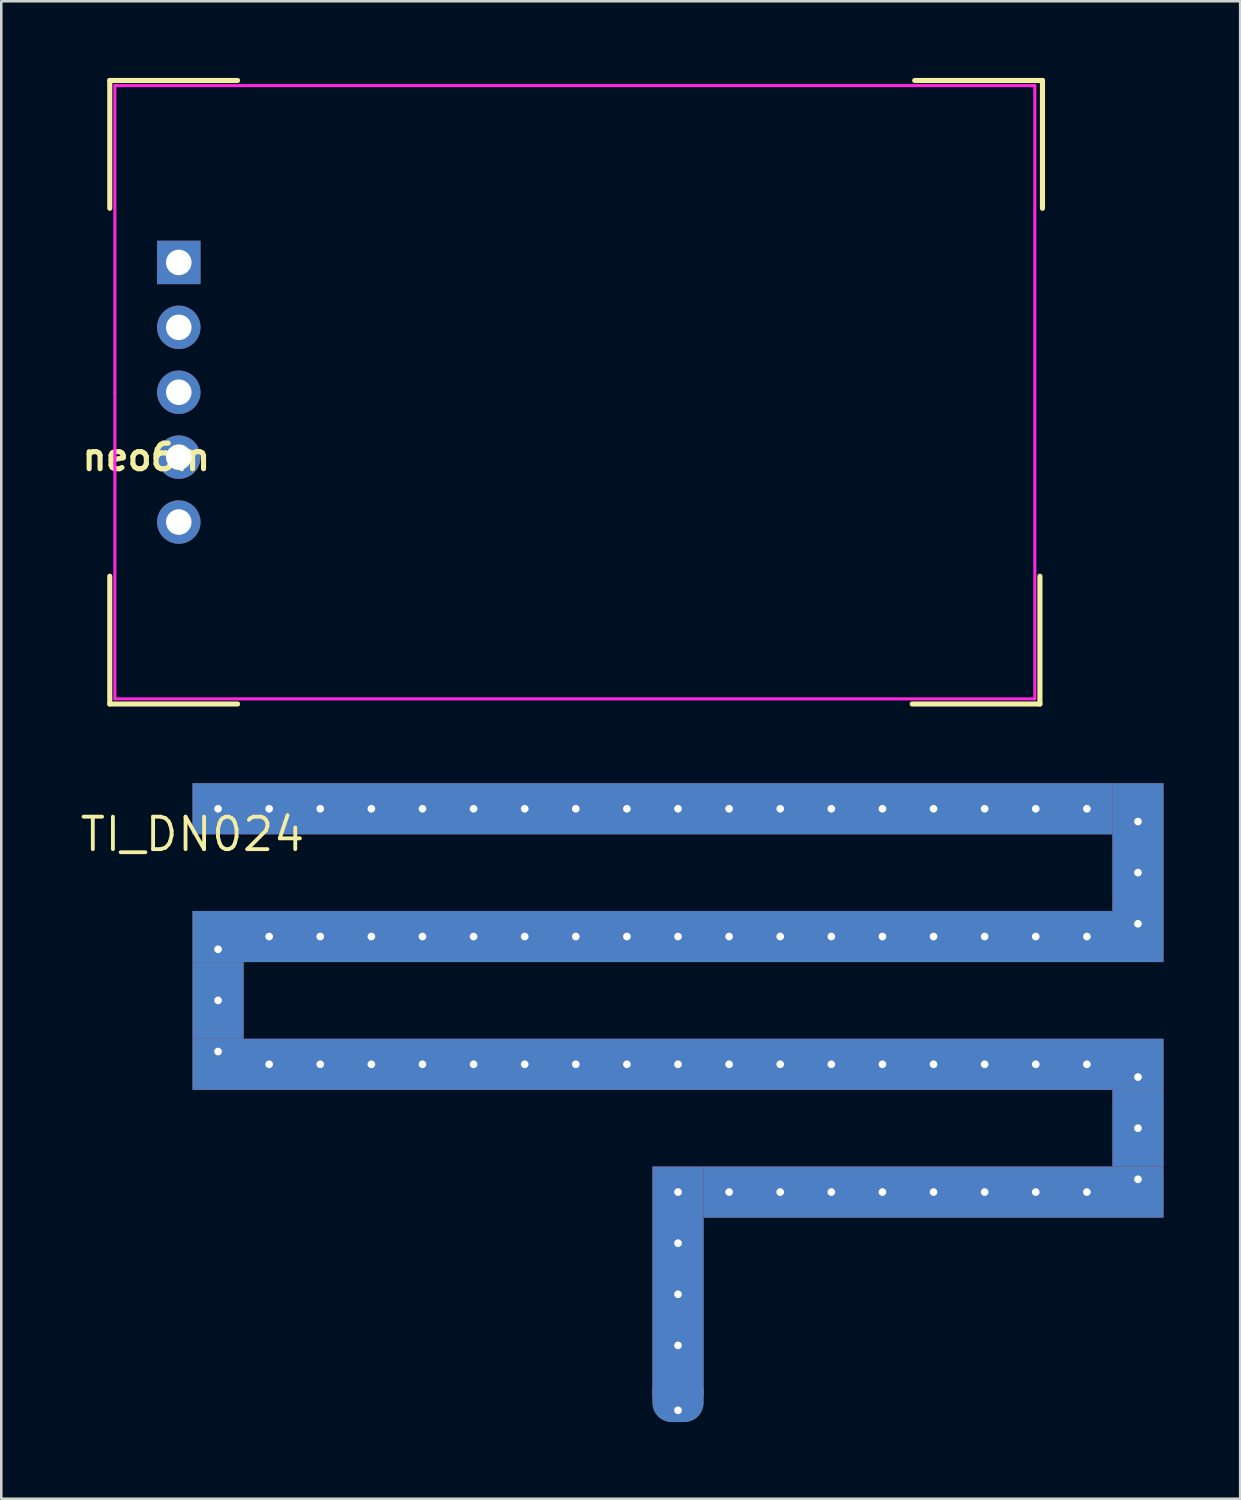
<source format=kicad_pcb>
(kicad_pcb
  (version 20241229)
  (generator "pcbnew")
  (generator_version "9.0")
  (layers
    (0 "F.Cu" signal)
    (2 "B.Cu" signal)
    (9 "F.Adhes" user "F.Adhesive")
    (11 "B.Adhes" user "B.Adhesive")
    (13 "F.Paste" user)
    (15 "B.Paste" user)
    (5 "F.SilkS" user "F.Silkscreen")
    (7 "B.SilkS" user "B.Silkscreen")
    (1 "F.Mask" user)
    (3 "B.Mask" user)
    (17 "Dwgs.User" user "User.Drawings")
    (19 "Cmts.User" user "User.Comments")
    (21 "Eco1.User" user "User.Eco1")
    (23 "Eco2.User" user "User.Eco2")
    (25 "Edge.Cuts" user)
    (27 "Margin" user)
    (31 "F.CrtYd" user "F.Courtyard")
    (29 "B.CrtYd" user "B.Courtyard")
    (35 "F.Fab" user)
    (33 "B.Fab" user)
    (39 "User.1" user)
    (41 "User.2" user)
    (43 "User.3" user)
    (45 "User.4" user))
  (footprint "TI_DN024"
    (layer "F.Cu")
    (at 4.483 29.6)
    (property "Reference" "TI_DN024" (at 0 0 180) (layer "F.SilkS") (effects (font (size 1.27 1.27) (thickness 0.15))))
    (attr through_hole)
    (fp_poly (pts (xy 0 0) (xy 36 0) (xy 36 -2) (xy 0 -2)) (stroke (width 0) (type solid)) (fill yes) (layer "F.Cu"))
    (fp_poly (pts (xy 0 5) (xy 38 5) (xy 38 3) (xy 0 3)) (stroke (width 0) (type solid)) (fill yes) (layer "F.Cu"))
    (fp_poly (pts (xy 0 8) (xy 2 8) (xy 2 5) (xy 0 5)) (stroke (width 0) (type solid)) (fill yes) (layer "F.Cu"))
    (fp_poly (pts (xy 0 10) (xy 38 10) (xy 38 8) (xy 0 8)) (stroke (width 0) (type solid)) (fill yes) (layer "F.Cu"))
    (fp_poly (pts (xy 18 22) (xy 20 22) (xy 20 13) (xy 18 13)) (stroke (width 0) (type solid)) (fill yes) (layer "F.Cu"))
    (fp_poly (pts (xy 20 15) (xy 38 15) (xy 38 13) (xy 20 13)) (stroke (width 0) (type solid)) (fill yes) (layer "F.Cu"))
    (fp_poly (pts (xy 36 3) (xy 38 3) (xy 38 -2) (xy 36 -2)) (stroke (width 0) (type solid)) (fill yes) (layer "F.Cu"))
    (fp_poly (pts (xy 36 13) (xy 38 13) (xy 38 10) (xy 36 10)) (stroke (width 0) (type solid)) (fill yes) (layer "F.Cu"))
    (fp_poly (pts (xy 0 0) (xy 36 0) (xy 36 -2) (xy 0 -2)) (stroke (width 0) (type solid)) (fill yes) (layer "B.Cu"))
    (fp_poly (pts (xy 0 5) (xy 38 5) (xy 38 3) (xy 0 3)) (stroke (width 0) (type solid)) (fill yes) (layer "B.Cu"))
    (fp_poly (pts (xy 0 8) (xy 2 8) (xy 2 5) (xy 0 5)) (stroke (width 0) (type solid)) (fill yes) (layer "B.Cu"))
    (fp_poly (pts (xy 0 10) (xy 38 10) (xy 38 8) (xy 0 8)) (stroke (width 0) (type solid)) (fill yes) (layer "B.Cu"))
    (fp_poly (pts (xy 18 22) (xy 20 22) (xy 20 13) (xy 18 13)) (stroke (width 0) (type solid)) (fill yes) (layer "B.Cu"))
    (fp_poly (pts (xy 20 15) (xy 38 15) (xy 38 13) (xy 20 13)) (stroke (width 0) (type solid)) (fill yes) (layer "B.Cu"))
    (fp_poly (pts (xy 36 3) (xy 38 3) (xy 38 -2) (xy 36 -2)) (stroke (width 0) (type solid)) (fill yes) (layer "B.Cu"))
    (fp_poly (pts (xy 36 13) (xy 38 13) (xy 38 10) (xy 36 10)) (stroke (width 0) (type solid)) (fill yes) (layer "B.Cu"))
    (pad "1" smd roundrect (at 19 22) (size 2 2) (layers "F.Cu") (roundrect_rratio 0.375))
    (pad "1" thru_hole rect (at 19 22.54) (size 0.808 0.808) (drill 0.3) (layers "*.Cu"))
    (pad "2" smd roundrect (at 19 22) (size 2 2) (layers "B.Cu") (roundrect_rratio 0.375))
    (pad "P$3" thru_hole rect (at 1 -1) (size 0.808 0.808) (drill 0.3) (layers "*.Cu"))
    (pad "P$4" thru_hole rect (at 3 -1) (size 0.808 0.808) (drill 0.3) (layers "*.Cu"))
    (pad "P$5" thru_hole rect (at 5 -1) (size 0.808 0.808) (drill 0.3) (layers "*.Cu"))
    (pad "P$6" thru_hole rect (at 7 -1) (size 0.808 0.808) (drill 0.3) (layers "*.Cu"))
    (pad "P$7" thru_hole rect (at 9 -1) (size 0.808 0.808) (drill 0.3) (layers "*.Cu"))
    (pad "P$8" thru_hole rect (at 11 -1) (size 0.808 0.808) (drill 0.3) (layers "*.Cu"))
    (pad "P$9" thru_hole rect (at 13 -1) (size 0.808 0.808) (drill 0.3) (layers "*.Cu"))
    (pad "P$10" thru_hole rect (at 15 -1) (size 0.808 0.808) (drill 0.3) (layers "*.Cu"))
    (pad "P$11" thru_hole rect (at 17 -1) (size 0.808 0.808) (drill 0.3) (layers "*.Cu"))
    (pad "P$12" thru_hole rect (at 19 -1) (size 0.808 0.808) (drill 0.3) (layers "*.Cu"))
    (pad "P$13" thru_hole rect (at 21 -1) (size 0.808 0.808) (drill 0.3) (layers "*.Cu"))
    (pad "P$14" thru_hole rect (at 23 -1) (size 0.808 0.808) (drill 0.3) (layers "*.Cu"))
    (pad "P$15" thru_hole rect (at 25 -1) (size 0.808 0.808) (drill 0.3) (layers "*.Cu"))
    (pad "P$16" thru_hole rect (at 27 -1) (size 0.808 0.808) (drill 0.3) (layers "*.Cu"))
    (pad "P$17" thru_hole rect (at 29 -1) (size 0.808 0.808) (drill 0.3) (layers "*.Cu"))
    (pad "P$18" thru_hole rect (at 31 -1) (size 0.808 0.808) (drill 0.3) (layers "*.Cu"))
    (pad "P$19" thru_hole rect (at 33 -1) (size 0.808 0.808) (drill 0.3) (layers "*.Cu"))
    (pad "P$20" thru_hole rect (at 35 -1) (size 0.808 0.808) (drill 0.3) (layers "*.Cu"))
    (pad "P$21" thru_hole rect (at 37 -0.5) (size 0.808 0.808) (drill 0.3) (layers "*.Cu"))
    (pad "P$22" thru_hole rect (at 37 1.5) (size 0.808 0.808) (drill 0.3) (layers "*.Cu"))
    (pad "P$23" thru_hole rect (at 35 4) (size 0.808 0.808) (drill 0.3) (layers "*.Cu"))
    (pad "P$24" thru_hole rect (at 33 4) (size 0.808 0.808) (drill 0.3) (layers "*.Cu"))
    (pad "P$25" thru_hole rect (at 37 3.5) (size 0.808 0.808) (drill 0.3) (layers "*.Cu"))
    (pad "P$26" thru_hole rect (at 31 4) (size 0.808 0.808) (drill 0.3) (layers "*.Cu"))
    (pad "P$27" thru_hole rect (at 29 4) (size 0.808 0.808) (drill 0.3) (layers "*.Cu"))
    (pad "P$28" thru_hole rect (at 27 4) (size 0.808 0.808) (drill 0.3) (layers "*.Cu"))
    (pad "P$29" thru_hole rect (at 25 4) (size 0.808 0.808) (drill 0.3) (layers "*.Cu"))
    (pad "P$30" thru_hole rect (at 23 4) (size 0.808 0.808) (drill 0.3) (layers "*.Cu"))
    (pad "P$31" thru_hole rect (at 21 4) (size 0.808 0.808) (drill 0.3) (layers "*.Cu"))
    (pad "P$32" thru_hole rect (at 19 4) (size 0.808 0.808) (drill 0.3) (layers "*.Cu"))
    (pad "P$33" thru_hole rect (at 17 4) (size 0.808 0.808) (drill 0.3) (layers "*.Cu"))
    (pad "P$34" thru_hole rect (at 15 4) (size 0.808 0.808) (drill 0.3) (layers "*.Cu"))
    (pad "P$35" thru_hole rect (at 13 4) (size 0.808 0.808) (drill 0.3) (layers "*.Cu"))
    (pad "P$36" thru_hole rect (at 11 4) (size 0.808 0.808) (drill 0.3) (layers "*.Cu"))
    (pad "P$37" thru_hole rect (at 9 4) (size 0.808 0.808) (drill 0.3) (layers "*.Cu"))
    (pad "P$38" thru_hole rect (at 7 4) (size 0.808 0.808) (drill 0.3) (layers "*.Cu"))
    (pad "P$39" thru_hole rect (at 5 4) (size 0.808 0.808) (drill 0.3) (layers "*.Cu"))
    (pad "P$40" thru_hole rect (at 3 4) (size 0.808 0.808) (drill 0.3) (layers "*.Cu"))
    (pad "P$41" thru_hole rect (at 1 4.5) (size 0.808 0.808) (drill 0.3) (layers "*.Cu"))
    (pad "P$42" thru_hole rect (at 1 6.5) (size 0.808 0.808) (drill 0.3) (layers "*.Cu"))
    (pad "P$43" thru_hole rect (at 1 8.5) (size 0.808 0.808) (drill 0.3) (layers "*.Cu"))
    (pad "P$44" thru_hole rect (at 3 9) (size 0.808 0.808) (drill 0.3) (layers "*.Cu"))
    (pad "P$45" thru_hole rect (at 5 9) (size 0.808 0.808) (drill 0.3) (layers "*.Cu"))
    (pad "P$46" thru_hole rect (at 7 9) (size 0.808 0.808) (drill 0.3) (layers "*.Cu"))
    (pad "P$47" thru_hole rect (at 9 9) (size 0.808 0.808) (drill 0.3) (layers "*.Cu"))
    (pad "P$48" thru_hole rect (at 11 9) (size 0.808 0.808) (drill 0.3) (layers "*.Cu"))
    (pad "P$49" thru_hole rect (at 13 9) (size 0.808 0.808) (drill 0.3) (layers "*.Cu"))
    (pad "P$50" thru_hole rect (at 15 9) (size 0.808 0.808) (drill 0.3) (layers "*.Cu"))
    (pad "P$51" thru_hole rect (at 17 9) (size 0.808 0.808) (drill 0.3) (layers "*.Cu"))
    (pad "P$52" thru_hole rect (at 19 9) (size 0.808 0.808) (drill 0.3) (layers "*.Cu"))
    (pad "P$53" thru_hole rect (at 21 9) (size 0.808 0.808) (drill 0.3) (layers "*.Cu"))
    (pad "P$54" thru_hole rect (at 23 9) (size 0.808 0.808) (drill 0.3) (layers "*.Cu"))
    (pad "P$55" thru_hole rect (at 25 9) (size 0.808 0.808) (drill 0.3) (layers "*.Cu"))
    (pad "P$56" thru_hole rect (at 27 9) (size 0.808 0.808) (drill 0.3) (layers "*.Cu"))
    (pad "P$57" thru_hole rect (at 29 9) (size 0.808 0.808) (drill 0.3) (layers "*.Cu"))
    (pad "P$58" thru_hole rect (at 31 9) (size 0.808 0.808) (drill 0.3) (layers "*.Cu"))
    (pad "P$59" thru_hole rect (at 33 9) (size 0.808 0.808) (drill 0.3) (layers "*.Cu"))
    (pad "P$60" thru_hole rect (at 35 9) (size 0.808 0.808) (drill 0.3) (layers "*.Cu"))
    (pad "P$61" thru_hole rect (at 37 9.5) (size 0.808 0.808) (drill 0.3) (layers "*.Cu"))
    (pad "P$62" thru_hole rect (at 37 11.5) (size 0.808 0.808) (drill 0.3) (layers "*.Cu"))
    (pad "P$63" thru_hole rect (at 37 13.5) (size 0.808 0.808) (drill 0.3) (layers "*.Cu"))
    (pad "P$64" thru_hole rect (at 35 14) (size 0.808 0.808) (drill 0.3) (layers "*.Cu"))
    (pad "P$65" thru_hole rect (at 33 14) (size 0.808 0.808) (drill 0.3) (layers "*.Cu"))
    (pad "P$66" thru_hole rect (at 31 14) (size 0.808 0.808) (drill 0.3) (layers "*.Cu"))
    (pad "P$67" thru_hole rect (at 29 14) (size 0.808 0.808) (drill 0.3) (layers "*.Cu"))
    (pad "P$68" thru_hole rect (at 27 14) (size 0.808 0.808) (drill 0.3) (layers "*.Cu"))
    (pad "P$69" thru_hole rect (at 25 14) (size 0.808 0.808) (drill 0.3) (layers "*.Cu"))
    (pad "P$70" thru_hole rect (at 23 14) (size 0.808 0.808) (drill 0.3) (layers "*.Cu"))
    (pad "P$71" thru_hole rect (at 21 14) (size 0.808 0.808) (drill 0.3) (layers "*.Cu"))
    (pad "P$72" thru_hole rect (at 19 14) (size 0.808 0.808) (drill 0.3) (layers "*.Cu"))
    (pad "P$73" thru_hole rect (at 19 16) (size 0.808 0.808) (drill 0.3) (layers "*.Cu"))
    (pad "P$74" thru_hole rect (at 19 18) (size 0.808 0.808) (drill 0.3) (layers "*.Cu"))
    (pad "P$75" thru_hole rect (at 19 20) (size 0.808 0.808) (drill 0.3) (layers "*.Cu")))
  (footprint "neo6m"
    (layer "F.Cu")
    (at 3.946 12.3)
    (property "Reference" "neo6m" (at -1.27 2.54 0) (layer "F.SilkS") (effects (font (size 1 1) (thickness 0.2))))
    (attr through_hole)
    (fp_line (start -2.7 -12.2) (end -2.7 -7.2) (stroke (width 0.2) (type solid)) (layer "F.SilkS"))
    (fp_line (start -2.7 -12.2) (end 2.3 -12.2) (stroke (width 0.2) (type solid)) (layer "F.SilkS"))
    (fp_line (start -2.7 12.2) (end -2.7 7.2) (stroke (width 0.2) (type solid)) (layer "F.SilkS"))
    (fp_line (start -2.7 12.2) (end 2.3 12.2) (stroke (width 0.2) (type solid)) (layer "F.SilkS"))
    (fp_line (start 33.7 12.2) (end 28.7 12.2) (stroke (width 0.2) (type solid)) (layer "F.SilkS"))
    (fp_line (start 33.7 12.2) (end 33.7 7.2) (stroke (width 0.2) (type solid)) (layer "F.SilkS"))
    (fp_line (start 33.8 -12.2) (end 28.8 -12.2) (stroke (width 0.2) (type solid)) (layer "F.SilkS"))
    (fp_line (start 33.8 -12.2) (end 33.8 -7.2) (stroke (width 0.2) (type solid)) (layer "F.SilkS"))
    (fp_line (start -2.5 -12) (end 33.5 -12) (stroke (width 0.12) (type solid)) (layer "F.CrtYd"))
    (fp_line (start -2.5 0) (end -2.5 -12) (stroke (width 0.12) (type solid)) (layer "F.CrtYd"))
    (fp_line (start -2.5 12) (end -2.5 0) (stroke (width 0.12) (type solid)) (layer "F.CrtYd"))
    (fp_line (start 33.5 -12) (end 33.5 12) (stroke (width 0.12) (type solid)) (layer "F.CrtYd"))
    (fp_line (start 33.5 12) (end -2.5 12) (stroke (width 0.12) (type solid)) (layer "F.CrtYd"))
    (pad "1" thru_hole rect (at 0 -5.08) (size 1.7 1.7) (drill 1) (layers "*.Cu" "*.Mask"))
    (pad "2" thru_hole circle (at 0 -2.54) (size 1.7 1.7) (drill 1) (layers "*.Cu" "*.Mask"))
    (pad "3" thru_hole circle (at 0 0) (size 1.7 1.7) (drill 1) (layers "*.Cu" "*.Mask"))
    (pad "4" thru_hole circle (at 0 2.54) (size 1.7 1.7) (drill 1) (layers "*.Cu" "*.Mask"))
    (pad "5" thru_hole circle (at 0 5.08) (size 1.7 1.7) (drill 1) (layers "*.Cu" "*.Mask")))
  (gr_rect
    (start -3 -3)
    (end 45.483 55.6)
    (stroke (width 0.1) (type default))
    (fill no)
    (layer "Edge.Cuts")))
</source>
